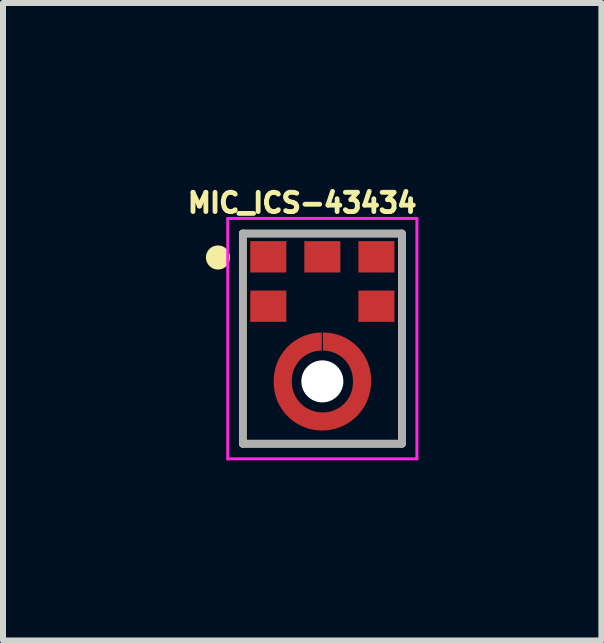
<source format=kicad_pcb>
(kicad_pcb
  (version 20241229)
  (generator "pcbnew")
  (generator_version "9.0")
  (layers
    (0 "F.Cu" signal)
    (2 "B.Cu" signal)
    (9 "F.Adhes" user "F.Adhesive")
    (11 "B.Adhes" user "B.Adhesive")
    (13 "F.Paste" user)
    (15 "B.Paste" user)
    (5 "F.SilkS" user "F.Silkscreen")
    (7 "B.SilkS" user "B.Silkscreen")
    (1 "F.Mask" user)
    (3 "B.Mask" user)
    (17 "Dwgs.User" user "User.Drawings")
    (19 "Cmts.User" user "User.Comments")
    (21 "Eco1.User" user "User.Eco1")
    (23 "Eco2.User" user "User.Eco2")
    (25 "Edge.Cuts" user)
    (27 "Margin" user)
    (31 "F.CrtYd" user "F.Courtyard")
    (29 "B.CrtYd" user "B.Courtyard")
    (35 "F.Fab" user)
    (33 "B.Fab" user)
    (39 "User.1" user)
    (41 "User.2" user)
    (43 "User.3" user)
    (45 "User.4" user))
  (footprint "MIC_ICS-43434"
    (layer "F.Cu")
    (at 2.318 3.301)
    (property "Reference" "MIC_ICS-43434" (at -0.335 -2.972 0) (layer "F.SilkS") (effects (font (size 0.321 0.321) (thickness 0.15))))
    (attr smd)
    (fp_circle (center 0 0) (end 0.665 0) (stroke (width 0.5) (type solid)) (fill no) (layer "F.Mask"))
    (fp_line (start -1.325 -2.463) (end -1.325 1.037) (stroke (width 0.127) (type solid)) (layer "F.SilkS"))
    (fp_line (start -1.325 1.037) (end 1.325 1.037) (stroke (width 0.127) (type solid)) (layer "F.SilkS"))
    (fp_line (start 1.325 -2.463) (end -1.325 -2.463) (stroke (width 0.127) (type solid)) (layer "F.SilkS"))
    (fp_line (start 1.325 1.037) (end 1.325 -2.463) (stroke (width 0.127) (type solid)) (layer "F.SilkS"))
    (fp_circle (center -1.738 -2.063) (end -1.637 -2.063) (stroke (width 0.2) (type solid)) (fill no) (layer "F.SilkS"))
    (fp_poly (pts (xy -0.65 -2.285) (xy -0.65 -1.863) (xy -1.15 -1.863) (xy -1.15 -2.285)) (stroke (width 0.001) (type solid)) (fill yes) (layer "F.Paste"))
    (fp_poly (pts (xy -0.65 -1.463) (xy -0.65 -1.041) (xy -1.15 -1.041) (xy -1.15 -1.463)) (stroke (width 0.001) (type solid)) (fill yes) (layer "F.Paste"))
    (fp_poly (pts (xy 0.25 -2.285) (xy 0.25 -1.863) (xy -0.25 -1.863) (xy -0.25 -2.285)) (stroke (width 0.001) (type solid)) (fill yes) (layer "F.Paste"))
    (fp_poly (pts (xy 1.15 -2.285) (xy 1.15 -1.863) (xy 0.65 -1.863) (xy 0.65 -2.285)) (stroke (width 0.001) (type solid)) (fill yes) (layer "F.Paste"))
    (fp_poly (pts (xy 1.15 -1.463) (xy 1.15 -1.041) (xy 0.65 -1.041) (xy 0.65 -1.463)) (stroke (width 0.001) (type solid)) (fill yes) (layer "F.Paste"))
    (fp_poly (pts (xy -0.51 -0.05) (xy -0.508 -0.071) (xy -0.504 -0.095) (xy -0.499 -0.118) (xy -0.493 -0.141) (xy -0.486 -0.163) (xy -0.478 -0.186) (xy -0.469 -0.208) (xy -0.459 -0.229) (xy -0.448 -0.25) (xy -0.436 -0.27) (xy -0.423 -0.29) (xy -0.41 -0.31) (xy -0.395 -0.328) (xy -0.379 -0.346) (xy -0.363 -0.363) (xy -0.346 -0.379) (xy -0.328 -0.395) (xy -0.31 -0.41) (xy -0.29 -0.423) (xy -0.27 -0.436) (xy -0.25 -0.448) (xy -0.229 -0.459) (xy -0.208 -0.469) (xy -0.186 -0.478) (xy -0.163 -0.486) (xy -0.141 -0.493) (xy -0.118 -0.499) (xy -0.095 -0.504) (xy -0.071 -0.508) (xy -0.05 -0.51) (xy -0.05 -0.81) (xy -0.089 -0.807) (xy -0.127 -0.802) (xy -0.166 -0.795) (xy -0.204 -0.787) (xy -0.242 -0.776) (xy -0.28 -0.764) (xy -0.316 -0.749) (xy -0.352 -0.733) (xy -0.387 -0.716) (xy -0.421 -0.696) (xy -0.454 -0.675) (xy -0.487 -0.653) (xy -0.518 -0.628) (xy -0.547 -0.603) (xy -0.576 -0.576) (xy -0.603 -0.547) (xy -0.628 -0.518) (xy -0.653 -0.487) (xy -0.675 -0.454) (xy -0.696 -0.421) (xy -0.716 -0.387) (xy -0.733 -0.352) (xy -0.749 -0.316) (xy -0.764 -0.28) (xy -0.776 -0.242) (xy -0.787 -0.204) (xy -0.795 -0.166) (xy -0.802 -0.127) (xy -0.807 -0.089) (xy -0.81 -0.05) (xy -0.51 -0.05)) (stroke (width 0.001) (type solid)) (fill yes) (layer "F.Paste"))
    (fp_poly (pts (xy -0.05 0.51) (xy -0.071 0.508) (xy -0.095 0.504) (xy -0.118 0.499) (xy -0.141 0.493) (xy -0.163 0.486) (xy -0.186 0.478) (xy -0.208 0.469) (xy -0.229 0.459) (xy -0.25 0.448) (xy -0.27 0.436) (xy -0.29 0.423) (xy -0.31 0.41) (xy -0.328 0.395) (xy -0.346 0.379) (xy -0.363 0.363) (xy -0.379 0.346) (xy -0.395 0.328) (xy -0.41 0.31) (xy -0.423 0.29) (xy -0.436 0.27) (xy -0.448 0.25) (xy -0.459 0.229) (xy -0.469 0.208) (xy -0.478 0.186) (xy -0.486 0.163) (xy -0.493 0.141) (xy -0.499 0.118) (xy -0.504 0.095) (xy -0.508 0.071) (xy -0.51 0.05) (xy -0.81 0.05) (xy -0.807 0.089) (xy -0.802 0.127) (xy -0.795 0.166) (xy -0.787 0.204) (xy -0.776 0.242) (xy -0.764 0.28) (xy -0.749 0.316) (xy -0.733 0.352) (xy -0.716 0.387) (xy -0.696 0.421) (xy -0.675 0.454) (xy -0.653 0.487) (xy -0.628 0.518) (xy -0.603 0.547) (xy -0.576 0.576) (xy -0.547 0.603) (xy -0.518 0.628) (xy -0.487 0.653) (xy -0.454 0.675) (xy -0.421 0.696) (xy -0.387 0.716) (xy -0.352 0.733) (xy -0.316 0.749) (xy -0.28 0.764) (xy -0.242 0.776) (xy -0.204 0.787) (xy -0.166 0.795) (xy -0.127 0.802) (xy -0.089 0.807) (xy -0.05 0.81) (xy -0.05 0.51)) (stroke (width 0.001) (type solid)) (fill yes) (layer "F.Paste"))
    (fp_poly (pts (xy 0.05 -0.51) (xy 0.071 -0.508) (xy 0.095 -0.504) (xy 0.118 -0.499) (xy 0.141 -0.493) (xy 0.163 -0.486) (xy 0.186 -0.478) (xy 0.208 -0.469) (xy 0.229 -0.459) (xy 0.25 -0.448) (xy 0.27 -0.436) (xy 0.29 -0.423) (xy 0.31 -0.41) (xy 0.328 -0.395) (xy 0.346 -0.379) (xy 0.363 -0.363) (xy 0.379 -0.346) (xy 0.395 -0.328) (xy 0.41 -0.31) (xy 0.423 -0.29) (xy 0.436 -0.27) (xy 0.448 -0.25) (xy 0.459 -0.229) (xy 0.469 -0.208) (xy 0.478 -0.186) (xy 0.486 -0.163) (xy 0.493 -0.141) (xy 0.499 -0.118) (xy 0.504 -0.095) (xy 0.508 -0.071) (xy 0.51 -0.05) (xy 0.81 -0.05) (xy 0.807 -0.089) (xy 0.802 -0.127) (xy 0.795 -0.166) (xy 0.787 -0.204) (xy 0.776 -0.242) (xy 0.764 -0.28) (xy 0.749 -0.316) (xy 0.733 -0.352) (xy 0.716 -0.387) (xy 0.696 -0.421) (xy 0.675 -0.454) (xy 0.653 -0.487) (xy 0.628 -0.518) (xy 0.603 -0.547) (xy 0.576 -0.576) (xy 0.547 -0.603) (xy 0.518 -0.628) (xy 0.487 -0.653) (xy 0.454 -0.675) (xy 0.421 -0.696) (xy 0.387 -0.716) (xy 0.352 -0.733) (xy 0.316 -0.749) (xy 0.28 -0.764) (xy 0.242 -0.776) (xy 0.204 -0.787) (xy 0.166 -0.795) (xy 0.127 -0.802) (xy 0.089 -0.807) (xy 0.05 -0.81) (xy 0.05 -0.51)) (stroke (width 0.001) (type solid)) (fill yes) (layer "F.Paste"))
    (fp_poly (pts (xy 0.51 0.05) (xy 0.508 0.071) (xy 0.504 0.095) (xy 0.499 0.118) (xy 0.493 0.141) (xy 0.486 0.163) (xy 0.478 0.186) (xy 0.469 0.208) (xy 0.459 0.229) (xy 0.448 0.25) (xy 0.436 0.27) (xy 0.423 0.29) (xy 0.41 0.31) (xy 0.395 0.328) (xy 0.379 0.346) (xy 0.363 0.363) (xy 0.346 0.379) (xy 0.328 0.395) (xy 0.31 0.41) (xy 0.29 0.423) (xy 0.27 0.436) (xy 0.25 0.448) (xy 0.229 0.459) (xy 0.208 0.469) (xy 0.186 0.478) (xy 0.163 0.486) (xy 0.141 0.493) (xy 0.118 0.499) (xy 0.095 0.504) (xy 0.071 0.508) (xy 0.05 0.51) (xy 0.05 0.81) (xy 0.089 0.807) (xy 0.127 0.802) (xy 0.166 0.795) (xy 0.204 0.787) (xy 0.242 0.776) (xy 0.28 0.764) (xy 0.316 0.749) (xy 0.352 0.733) (xy 0.387 0.716) (xy 0.421 0.696) (xy 0.454 0.675) (xy 0.487 0.653) (xy 0.518 0.628) (xy 0.547 0.603) (xy 0.576 0.576) (xy 0.603 0.547) (xy 0.628 0.518) (xy 0.653 0.487) (xy 0.675 0.454) (xy 0.696 0.421) (xy 0.716 0.387) (xy 0.733 0.352) (xy 0.749 0.316) (xy 0.764 0.28) (xy 0.776 0.242) (xy 0.787 0.204) (xy 0.795 0.166) (xy 0.802 0.127) (xy 0.807 0.089) (xy 0.81 0.05) (xy 0.51 0.05)) (stroke (width 0.001) (type solid)) (fill yes) (layer "F.Paste"))
    (fp_line (start -1.575 -2.713) (end 1.575 -2.713) (stroke (width 0.05) (type solid)) (layer "F.CrtYd"))
    (fp_line (start -1.575 1.29) (end -1.575 -2.713) (stroke (width 0.05) (type solid)) (layer "F.CrtYd"))
    (fp_line (start 1.575 -2.713) (end 1.575 1.29) (stroke (width 0.05) (type solid)) (layer "F.CrtYd"))
    (fp_line (start 1.575 1.29) (end -1.575 1.29) (stroke (width 0.05) (type solid)) (layer "F.CrtYd"))
    (fp_line (start -1.325 -2.46) (end 1.325 -2.46) (stroke (width 0.127) (type solid)) (layer "F.Fab"))
    (fp_line (start -1.325 1.04) (end -1.325 -2.46) (stroke (width 0.127) (type solid)) (layer "F.Fab"))
    (fp_line (start 1.325 -2.46) (end 1.325 1.04) (stroke (width 0.127) (type solid)) (layer "F.Fab"))
    (fp_line (start 1.325 1.04) (end -1.325 1.04) (stroke (width 0.127) (type solid)) (layer "F.Fab"))
    (pad "" np_thru_hole circle (at 0 0) (size 0.7 0.7) (drill 0.7) (layers "*.Cu" "*.Mask"))
    (pad "1" smd rect (at -0.9 -2.074) (size 0.6 0.522) (layers "F.Cu" "F.Mask"))
    (pad "2" smd rect (at -0.9 -1.252) (size 0.6 0.522) (layers "F.Cu" "F.Mask"))
    (pad "3" smd custom (at -0.015 0.67) (size 0.1 0.1) (layers "F.Cu") (options (anchor rect)) (primitives (gr_poly (pts (xy 0.005 -1.483) (xy 0.005 -1.183) (xy -0.021 -1.182) (xy -0.046 -1.18) (xy -0.072 -1.177) (xy -0.099 -1.172) (xy -0.123 -1.166) (xy -0.149 -1.159) (xy -0.173 -1.15) (xy -0.198 -1.14) (xy -0.222 -1.129) (xy -0.244 -1.116) (xy -0.267 -1.102) (xy -0.288 -1.088) (xy -0.309 -1.072) (xy -0.33 -1.055) (xy -0.348 -1.037) (xy -0.366 -1.018) (xy -0.384 -0.998) (xy -0.4 -0.977) (xy -0.413 -0.955) (xy -0.427 -0.933) (xy -0.441 -0.91) (xy -0.452 -0.886) (xy -0.462 -0.862) (xy -0.47 -0.838) (xy -0.477 -0.812) (xy -0.483 -0.787) (xy -0.488 -0.761) (xy -0.491 -0.735) (xy -0.493 -0.709) (xy -0.494 -0.683) (xy -0.494 -0.663) (xy -0.493 -0.636) (xy -0.491 -0.61) (xy -0.488 -0.583) (xy -0.483 -0.557) (xy -0.477 -0.531) (xy -0.469 -0.505) (xy -0.461 -0.48) (xy -0.451 -0.456) (xy -0.439 -0.431) (xy -0.426 -0.408) (xy -0.412 -0.385) (xy -0.398 -0.363) (xy -0.381 -0.342) (xy -0.363 -0.322) (xy -0.345 -0.302) (xy -0.326 -0.284) (xy -0.305 -0.267) (xy -0.284 -0.25) (xy -0.263 -0.235) (xy -0.239 -0.221) (xy -0.216 -0.209) (xy -0.192 -0.197) (xy -0.168 -0.187) (xy -0.142 -0.178) (xy -0.117 -0.17) (xy -0.09 -0.164) (xy -0.065 -0.159) (xy -0.037 -0.156) (xy -0.011 -0.154) (xy 0.015 -0.153) (xy 0.025 -0.153) (xy 0.051 -0.154) (xy 0.077 -0.156) (xy 0.103 -0.159) (xy 0.13 -0.164) (xy 0.154 -0.17) (xy 0.18 -0.177) (xy 0.204 -0.186) (xy 0.229 -0.196) (xy 0.253 -0.207) (xy 0.276 -0.22) (xy 0.297 -0.234) (xy 0.32 -0.248) (xy 0.341 -0.264) (xy 0.36 -0.281) (xy 0.38 -0.299) (xy 0.398 -0.318) (xy 0.414 -0.338) (xy 0.43 -0.359) (xy 0.445 -0.381) (xy 0.459 -0.403) (xy 0.471 -0.426) (xy 0.482 -0.45) (xy 0.492 -0.474) (xy 0.501 -0.498) (xy 0.508 -0.524) (xy 0.514 -0.549) (xy 0.519 -0.575) (xy 0.522 -0.601) (xy 0.524 -0.627) (xy 0.525 -0.653) (xy 0.525 -0.683) (xy 0.524 -0.709) (xy 0.522 -0.735) (xy 0.519 -0.761) (xy 0.514 -0.787) (xy 0.508 -0.812) (xy 0.501 -0.838) (xy 0.492 -0.862) (xy 0.482 -0.886) (xy 0.471 -0.91) (xy 0.459 -0.933) (xy 0.445 -0.955) (xy 0.43 -0.977) (xy 0.414 -0.998) (xy 0.398 -1.018) (xy 0.38 -1.037) (xy 0.36 -1.055) (xy 0.341 -1.072) (xy 0.32 -1.088) (xy 0.297 -1.102) (xy 0.276 -1.116) (xy 0.253 -1.129) (xy 0.229 -1.14) (xy 0.204 -1.15) (xy 0.18 -1.159) (xy 0.154 -1.166) (xy 0.13 -1.172) (xy 0.103 -1.177) (xy 0.077 -1.18) (xy 0.051 -1.182) (xy 0.025 -1.183) (xy 0.025 -1.483) (xy 0.035 -1.483) (xy 0.076 -1.482) (xy 0.118 -1.479) (xy 0.16 -1.473) (xy 0.2 -1.466) (xy 0.239 -1.456) (xy 0.28 -1.444) (xy 0.319 -1.431) (xy 0.356 -1.415) (xy 0.395 -1.397) (xy 0.43 -1.377) (xy 0.466 -1.356) (xy 0.499 -1.332) (xy 0.532 -1.307) (xy 0.565 -1.28) (xy 0.595 -1.252) (xy 0.623 -1.222) (xy 0.649 -1.19) (xy 0.674 -1.157) (xy 0.699 -1.123) (xy 0.72 -1.088) (xy 0.74 -1.052) (xy 0.757 -1.014) (xy 0.773 -0.976) (xy 0.786 -0.937) (xy 0.798 -0.897) (xy 0.808 -0.857) (xy 0.816 -0.817) (xy 0.822 -0.776) (xy 0.825 -0.734) (xy 0.826 -0.693) (xy 0.826 -0.663) (xy 0.825 -0.621) (xy 0.822 -0.578) (xy 0.816 -0.536) (xy 0.807 -0.495) (xy 0.797 -0.453) (xy 0.785 -0.413) (xy 0.771 -0.373) (xy 0.755 -0.334) (xy 0.738 -0.295) (xy 0.717 -0.258) (xy 0.695 -0.222) (xy 0.67 -0.187) (xy 0.644 -0.153) (xy 0.618 -0.121) (xy 0.589 -0.09) (xy 0.557 -0.061) (xy 0.525 -0.034) (xy 0.491 -0.008) (xy 0.457 0.016) (xy 0.42 0.038) (xy 0.384 0.059) (xy 0.344 0.077) (xy 0.305 0.093) (xy 0.266 0.107) (xy 0.226 0.119) (xy 0.183 0.129) (xy 0.142 0.137) (xy 0.101 0.143) (xy 0.058 0.146) (xy 0.015 0.147) (xy 0.005 0.147) (xy -0.036 0.146) (xy -0.079 0.143) (xy -0.119 0.137) (xy -0.161 0.13) (xy -0.202 0.12) (xy -0.241 0.108) (xy -0.281 0.094) (xy -0.32 0.078) (xy -0.357 0.06) (xy -0.395 0.04) (xy -0.43 0.018) (xy -0.465 -0.006) (xy -0.497 -0.031) (xy -0.529 -0.058) (xy -0.56 -0.087) (xy -0.59 -0.118) (xy -0.617 -0.15) (xy -0.641 -0.183) (xy -0.665 -0.217) (xy -0.688 -0.253) (xy -0.708 -0.29) (xy -0.726 -0.328) (xy -0.742 -0.366) (xy -0.755 -0.406) (xy -0.767 -0.446) (xy -0.777 -0.487) (xy -0.784 -0.528) (xy -0.79 -0.569) (xy -0.793 -0.611) (xy -0.794 -0.653) (xy -0.794 -0.683) (xy -0.793 -0.725) (xy -0.79 -0.767) (xy -0.784 -0.808) (xy -0.777 -0.849) (xy -0.767 -0.89) (xy -0.755 -0.93) (xy -0.742 -0.97) (xy -0.726 -1.008) (xy -0.708 -1.046) (xy -0.688 -1.083) (xy -0.665 -1.119) (xy -0.641 -1.153) (xy -0.617 -1.186) (xy -0.59 -1.218) (xy -0.56 -1.249) (xy -0.529 -1.278) (xy -0.497 -1.305) (xy -0.465 -1.33) (xy -0.43 -1.354) (xy -0.395 -1.376) (xy -0.357 -1.396) (xy -0.32 -1.414) (xy -0.281 -1.43) (xy -0.241 -1.444) (xy -0.202 -1.456) (xy -0.161 -1.466) (xy -0.119 -1.473) (xy -0.079 -1.479) (xy -0.036 -1.482) (xy 0.005 -1.483)) (width 0.001) (fill yes))))
    (pad "4" smd rect (at 0.9 -1.252) (size 0.6 0.522) (layers "F.Cu" "F.Mask"))
    (pad "5" smd rect (at 0.9 -2.074) (size 0.6 0.522) (layers "F.Cu" "F.Mask"))
    (pad "6" smd rect (at 0 -2.074) (size 0.6 0.522) (layers "F.Cu" "F.Mask")))
  (gr_rect
    (start -3 -3)
    (end 6.965 7.616)
    (stroke (width 0.1) (type default))
    (fill no)
    (layer "Edge.Cuts")))
</source>
